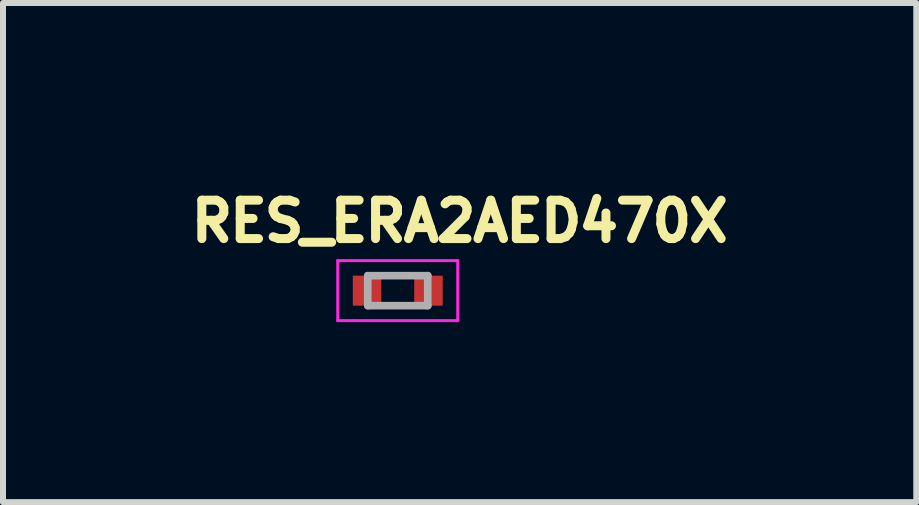
<source format=kicad_pcb>
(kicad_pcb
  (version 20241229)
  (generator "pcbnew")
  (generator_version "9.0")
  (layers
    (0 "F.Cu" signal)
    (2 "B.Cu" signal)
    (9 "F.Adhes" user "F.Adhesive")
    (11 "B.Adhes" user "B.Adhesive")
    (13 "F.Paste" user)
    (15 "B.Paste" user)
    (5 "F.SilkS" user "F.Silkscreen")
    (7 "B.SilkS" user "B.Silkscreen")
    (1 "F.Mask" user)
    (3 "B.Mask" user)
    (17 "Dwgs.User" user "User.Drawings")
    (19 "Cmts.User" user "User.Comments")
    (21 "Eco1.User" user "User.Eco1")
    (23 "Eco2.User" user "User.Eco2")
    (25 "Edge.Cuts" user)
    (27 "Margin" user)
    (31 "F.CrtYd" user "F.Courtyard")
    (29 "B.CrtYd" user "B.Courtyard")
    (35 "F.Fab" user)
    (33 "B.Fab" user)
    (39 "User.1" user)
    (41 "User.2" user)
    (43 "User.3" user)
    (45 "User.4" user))
  (footprint "RES_ERA2AED470X"
    (layer "F.Cu")
    (at 3.579 1.794)
    (property "Reference" "RES_ERA2AED470X" (at 1.032 -1.156 0) (layer "F.SilkS") (effects (font (size 0.64 0.64) (thickness 0.15))))
    (attr smd)
    (fp_line (start -1 -0.5) (end -1 0.5) (stroke (width 0.05) (type solid)) (layer "F.CrtYd"))
    (fp_line (start -1 0.5) (end 1 0.5) (stroke (width 0.05) (type solid)) (layer "F.CrtYd"))
    (fp_line (start 1 -0.5) (end -1 -0.5) (stroke (width 0.05) (type solid)) (layer "F.CrtYd"))
    (fp_line (start 1 0.5) (end 1 -0.5) (stroke (width 0.05) (type solid)) (layer "F.CrtYd"))
    (fp_line (start -0.5 -0.25) (end -0.5 0.25) (stroke (width 0.127) (type solid)) (layer "F.Fab"))
    (fp_line (start -0.5 -0.25) (end 0.5 -0.25) (stroke (width 0.127) (type solid)) (layer "F.Fab"))
    (fp_line (start -0.5 0.25) (end 0.5 0.25) (stroke (width 0.127) (type solid)) (layer "F.Fab"))
    (fp_line (start 0.5 -0.25) (end 0.5 0.25) (stroke (width 0.127) (type solid)) (layer "F.Fab"))
    (pad "1" smd rect (at -0.512 0) (size 0.475 0.5) (layers "F.Cu" "F.Mask" "F.Paste"))
    (pad "2" smd rect (at 0.512 0) (size 0.475 0.5) (layers "F.Cu" "F.Mask" "F.Paste")))
  (gr_rect
    (start -3 -3)
    (end 12.221 5.319)
    (stroke (width 0.1) (type default))
    (fill no)
    (layer "Edge.Cuts")))
</source>
